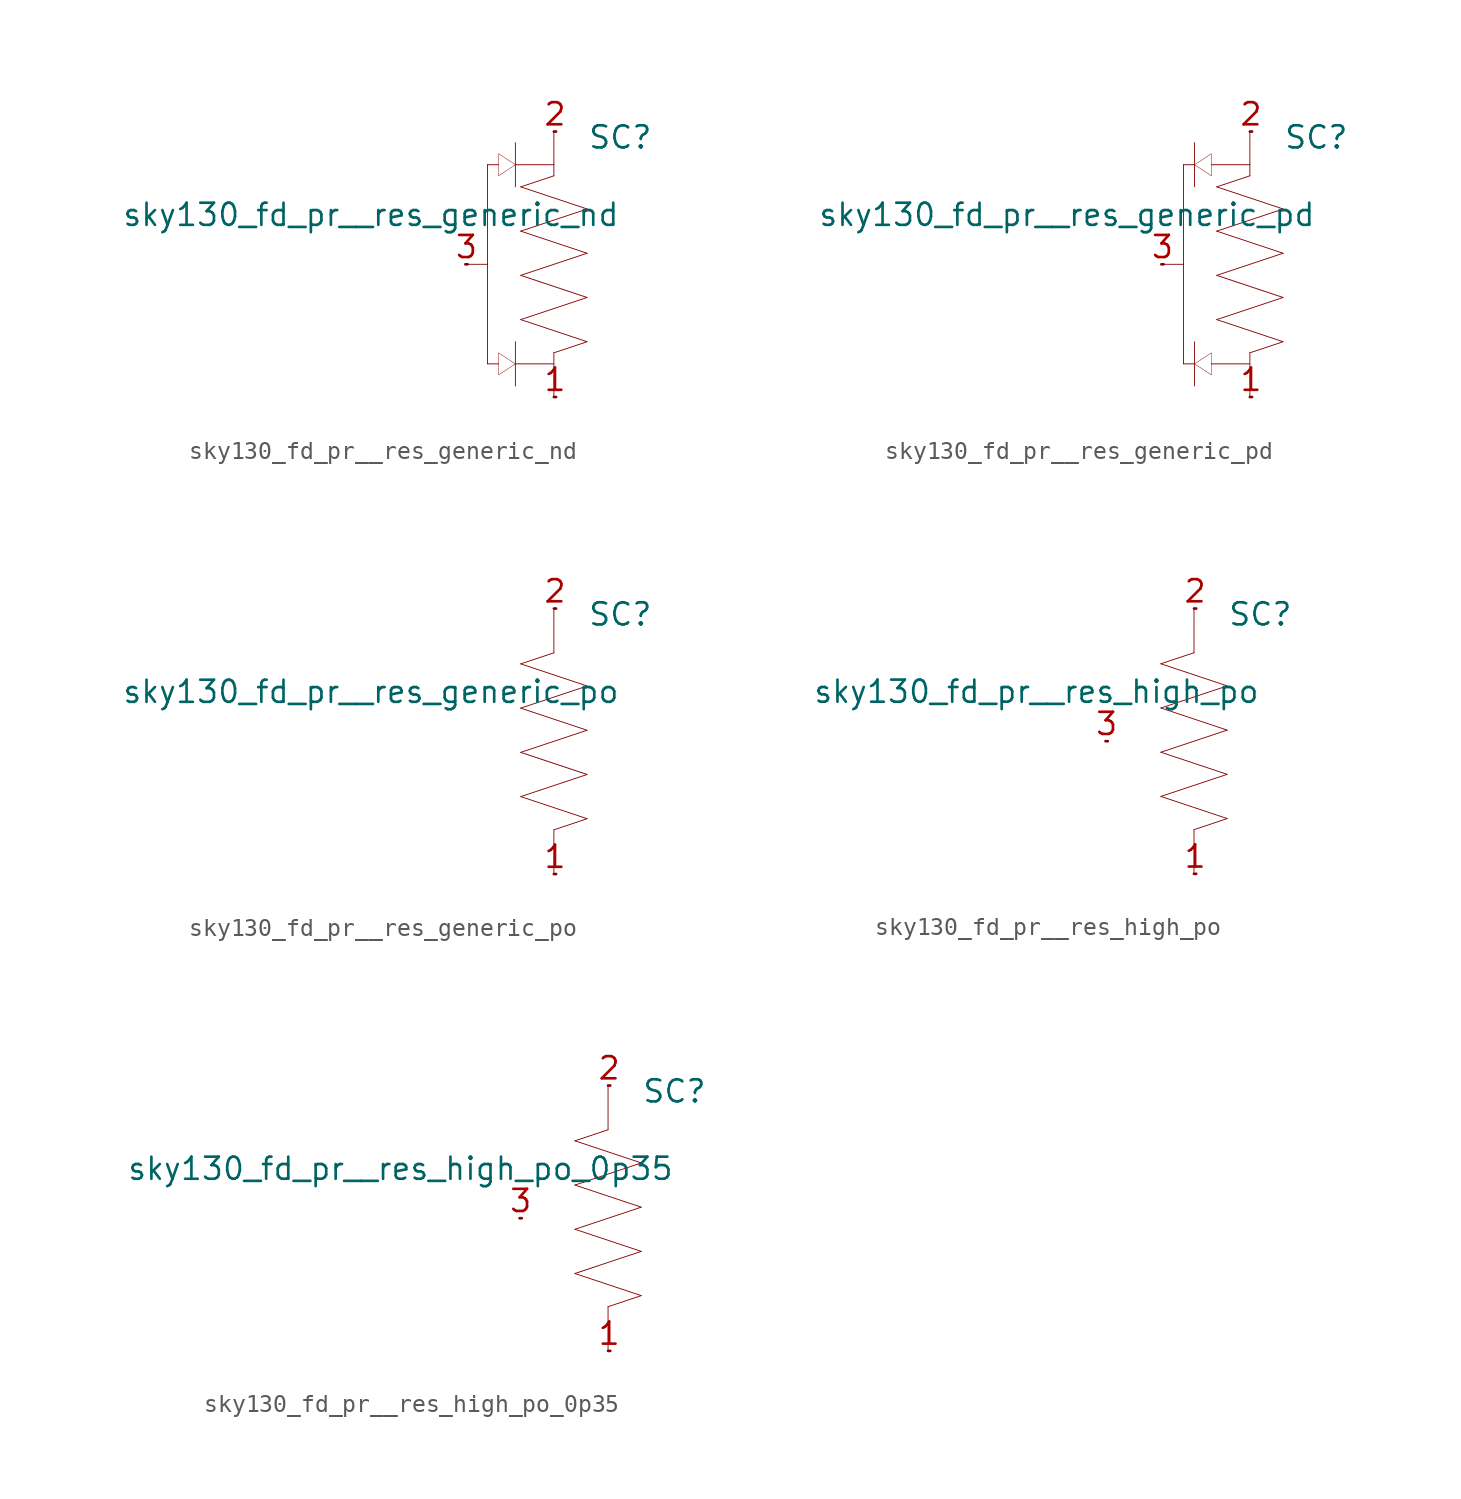
<source format=kicad_sym>
(kicad_symbol_lib
  (version 20211014)
  (generator kicad_symbol_editor)
  (symbol "sky130_fd_pr__res_generic_nd"
    (pin_names hide)
    (property "Reference" "SC"
      (at 3.81 7.29 0)
      (effects (font (size 1.27 1.27))))
    (property "Value" "sky130_fd_pr__res_generic_nd"
      (at 3.81 2.845 0)
      (effects (font (size 1.27 1.27)) (justify right)))
    (symbol "sky130_fd_pr__res_generic_nd_0_0"
      (polyline (pts (xy -5.08 0) (xy -3.81 0)) (stroke (width 0.051) (type default) (color 0 0 0 0)) (fill (type none)))
      (polyline (pts (xy -3.81 -5.715) (xy -3.175 -5.715)) (stroke (width 0.051) (type default) (color 0 0 0 0)) (fill (type none)))
      (polyline (pts (xy -3.81 5.715) (xy -3.81 -5.715)) (stroke (width 0.051) (type default) (color 0 0 0 0)) (fill (type none)))
      (polyline (pts (xy -3.81 5.715) (xy -3.175 5.715)) (stroke (width 0.051) (type default) (color 0 0 0 0)) (fill (type none)))
      (polyline (pts (xy -2.21 -5.715) (xy 0 -5.715)) (stroke (width 0.051) (type default) (color 0 0 0 0)) (fill (type none)))
      (polyline (pts (xy -2.21 -4.445) (xy -2.21 -6.985)) (stroke (width 0.051) (type default) (color 0 0 0 0)) (fill (type none)))
      (polyline (pts (xy -2.21 5.715) (xy 0 5.715)) (stroke (width 0.051) (type default) (color 0 0 0 0)) (fill (type none)))
      (polyline (pts (xy -2.21 6.985) (xy -2.21 4.445)) (stroke (width 0.051) (type default) (color 0 0 0 0)) (fill (type none)))
      (polyline (pts (xy -1.905 -3.175) (xy 1.905 -4.445)) (stroke (width 0.051) (type default) (color 0 0 0 0)) (fill (type none)))
      (polyline (pts (xy -1.905 -3.175) (xy 1.905 -1.905)) (stroke (width 0.051) (type default) (color 0 0 0 0)) (fill (type none)))
      (polyline (pts (xy -1.905 -0.635) (xy 1.905 -1.905)) (stroke (width 0.051) (type default) (color 0 0 0 0)) (fill (type none)))
      (polyline (pts (xy -1.905 -0.635) (xy 1.905 0.635)) (stroke (width 0.051) (type default) (color 0 0 0 0)) (fill (type none)))
      (polyline (pts (xy -1.905 1.905) (xy 1.905 0.635)) (stroke (width 0.051) (type default) (color 0 0 0 0)) (fill (type none)))
      (polyline (pts (xy -1.905 1.905) (xy 1.905 3.175)) (stroke (width 0.051) (type default) (color 0 0 0 0)) (fill (type none)))
      (polyline (pts (xy -1.905 4.445) (xy 0 5.08)) (stroke (width 0.051) (type default) (color 0 0 0 0)) (fill (type none)))
      (polyline (pts (xy -1.905 4.445) (xy 1.905 3.175)) (stroke (width 0.051) (type default) (color 0 0 0 0)) (fill (type none)))
      (polyline (pts (xy 0 -5.08) (xy 0 -7.62)) (stroke (width 0.051) (type default) (color 0 0 0 0)) (fill (type none)))
      (polyline (pts (xy 0 -5.08) (xy 1.905 -4.445)) (stroke (width 0.051) (type default) (color 0 0 0 0)) (fill (type none)))
      (polyline (pts (xy 0 7.62) (xy 0 5.08)) (stroke (width 0.051) (type default) (color 0 0 0 0)) (fill (type none)))
      (polyline (pts (xy -3.175 -5.08) (xy -3.175 -6.35) (xy -2.21 -5.715) (xy -3.175 -5.08)) (stroke (width 0.025) (type default) (color 0 0 0 0)) (fill (type none)))
      (polyline (pts (xy -3.175 6.35) (xy -3.175 5.08) (xy -2.21 5.715) (xy -3.175 6.35)) (stroke (width 0.025) (type default) (color 0 0 0 0)) (fill (type none))))
    (symbol "sky130_fd_pr__res_generic_nd_1_1"
      (pin bidirectional line (at 0 -7.62 0) (length 0.127) (name "M" (effects (font (size 1.092 1.092)))) (number "1" (effects (font (size 1.27 1.27)))))
      (pin bidirectional line (at 0 7.62 0) (length 0.127) (name "P" (effects (font (size 1.092 1.092)))) (number "2" (effects (font (size 1.27 1.27)))))
      (pin bidirectional line (at -5.08 0 0) (length 0.127) (name "B" (effects (font (size 1.092 1.092)))) (number "3" (effects (font (size 1.27 1.27)))))))
  (symbol "sky130_fd_pr__res_generic_pd"
    (pin_names hide)
    (property "Reference" "SC"
      (at 3.81 7.29 0)
      (effects (font (size 1.27 1.27))))
    (property "Value" "sky130_fd_pr__res_generic_pd"
      (at 3.81 2.845 0)
      (effects (font (size 1.27 1.27)) (justify right)))
    (symbol "sky130_fd_pr__res_generic_pd_0_0"
      (polyline (pts (xy -5.08 0) (xy -3.81 0)) (stroke (width 0.051) (type default) (color 0 0 0 0)) (fill (type none)))
      (polyline (pts (xy -3.81 -5.715) (xy -3.175 -5.715)) (stroke (width 0.051) (type default) (color 0 0 0 0)) (fill (type none)))
      (polyline (pts (xy -3.81 5.715) (xy -3.81 -5.715)) (stroke (width 0.051) (type default) (color 0 0 0 0)) (fill (type none)))
      (polyline (pts (xy -3.81 5.715) (xy -3.175 5.715)) (stroke (width 0.051) (type default) (color 0 0 0 0)) (fill (type none)))
      (polyline (pts (xy -3.175 -4.445) (xy -3.175 -6.985)) (stroke (width 0.051) (type default) (color 0 0 0 0)) (fill (type none)))
      (polyline (pts (xy -3.175 6.985) (xy -3.175 4.445)) (stroke (width 0.051) (type default) (color 0 0 0 0)) (fill (type none)))
      (polyline (pts (xy -2.21 -5.715) (xy 0 -5.715)) (stroke (width 0.051) (type default) (color 0 0 0 0)) (fill (type none)))
      (polyline (pts (xy -2.21 5.715) (xy 0 5.715)) (stroke (width 0.051) (type default) (color 0 0 0 0)) (fill (type none)))
      (polyline (pts (xy -1.905 -3.175) (xy 1.905 -4.445)) (stroke (width 0.051) (type default) (color 0 0 0 0)) (fill (type none)))
      (polyline (pts (xy -1.905 -3.175) (xy 1.905 -1.905)) (stroke (width 0.051) (type default) (color 0 0 0 0)) (fill (type none)))
      (polyline (pts (xy -1.905 -0.635) (xy 1.905 -1.905)) (stroke (width 0.051) (type default) (color 0 0 0 0)) (fill (type none)))
      (polyline (pts (xy -1.905 -0.635) (xy 1.905 0.635)) (stroke (width 0.051) (type default) (color 0 0 0 0)) (fill (type none)))
      (polyline (pts (xy -1.905 1.905) (xy 1.905 0.635)) (stroke (width 0.051) (type default) (color 0 0 0 0)) (fill (type none)))
      (polyline (pts (xy -1.905 1.905) (xy 1.905 3.175)) (stroke (width 0.051) (type default) (color 0 0 0 0)) (fill (type none)))
      (polyline (pts (xy -1.905 4.445) (xy 0 5.08)) (stroke (width 0.051) (type default) (color 0 0 0 0)) (fill (type none)))
      (polyline (pts (xy -1.905 4.445) (xy 1.905 3.175)) (stroke (width 0.051) (type default) (color 0 0 0 0)) (fill (type none)))
      (polyline (pts (xy 0 -5.08) (xy 0 -7.62)) (stroke (width 0.051) (type default) (color 0 0 0 0)) (fill (type none)))
      (polyline (pts (xy 0 -5.08) (xy 1.905 -4.445)) (stroke (width 0.051) (type default) (color 0 0 0 0)) (fill (type none)))
      (polyline (pts (xy 0 7.62) (xy 0 5.08)) (stroke (width 0.051) (type default) (color 0 0 0 0)) (fill (type none)))
      (polyline (pts (xy -2.21 -5.08) (xy -2.21 -6.35) (xy -3.175 -5.715) (xy -2.21 -5.08)) (stroke (width 0.025) (type default) (color 0 0 0 0)) (fill (type none)))
      (polyline (pts (xy -2.21 6.35) (xy -2.21 5.08) (xy -3.175 5.715) (xy -2.21 6.35)) (stroke (width 0.025) (type default) (color 0 0 0 0)) (fill (type none))))
    (symbol "sky130_fd_pr__res_generic_pd_1_1"
      (pin bidirectional line (at 0 -7.62 0) (length 0.127) (name "M" (effects (font (size 1.092 1.092)))) (number "1" (effects (font (size 1.27 1.27)))))
      (pin bidirectional line (at 0 7.62 0) (length 0.127) (name "P" (effects (font (size 1.092 1.092)))) (number "2" (effects (font (size 1.27 1.27)))))
      (pin bidirectional line (at -5.08 0 0) (length 0.127) (name "B" (effects (font (size 1.092 1.092)))) (number "3" (effects (font (size 1.27 1.27)))))))
  (symbol "sky130_fd_pr__res_generic_po"
    (pin_names hide)
    (property "Reference" "SC"
      (at 3.81 7.29 0)
      (effects (font (size 1.27 1.27))))
    (property "Value" "sky130_fd_pr__res_generic_po"
      (at 3.81 2.845 0)
      (effects (font (size 1.27 1.27)) (justify right)))
    (symbol "sky130_fd_pr__res_generic_po_0_0"
      (polyline (pts (xy -1.905 -3.175) (xy 1.905 -4.445)) (stroke (width 0.051) (type default) (color 0 0 0 0)) (fill (type none)))
      (polyline (pts (xy -1.905 -3.175) (xy 1.905 -1.905)) (stroke (width 0.051) (type default) (color 0 0 0 0)) (fill (type none)))
      (polyline (pts (xy -1.905 -0.635) (xy 1.905 -1.905)) (stroke (width 0.051) (type default) (color 0 0 0 0)) (fill (type none)))
      (polyline (pts (xy -1.905 -0.635) (xy 1.905 0.635)) (stroke (width 0.051) (type default) (color 0 0 0 0)) (fill (type none)))
      (polyline (pts (xy -1.905 1.905) (xy 1.905 0.635)) (stroke (width 0.051) (type default) (color 0 0 0 0)) (fill (type none)))
      (polyline (pts (xy -1.905 1.905) (xy 1.905 3.175)) (stroke (width 0.051) (type default) (color 0 0 0 0)) (fill (type none)))
      (polyline (pts (xy -1.905 4.445) (xy 0 5.08)) (stroke (width 0.051) (type default) (color 0 0 0 0)) (fill (type none)))
      (polyline (pts (xy -1.905 4.445) (xy 1.905 3.175)) (stroke (width 0.051) (type default) (color 0 0 0 0)) (fill (type none)))
      (polyline (pts (xy 0 -5.08) (xy 0 -7.62)) (stroke (width 0.051) (type default) (color 0 0 0 0)) (fill (type none)))
      (polyline (pts (xy 0 -5.08) (xy 1.905 -4.445)) (stroke (width 0.051) (type default) (color 0 0 0 0)) (fill (type none)))
      (polyline (pts (xy 0 7.62) (xy 0 5.08)) (stroke (width 0.051) (type default) (color 0 0 0 0)) (fill (type none))))
    (symbol "sky130_fd_pr__res_generic_po_1_1"
      (pin bidirectional line (at 0 -7.62 0) (length 0.127) (name "M" (effects (font (size 1.092 1.092)))) (number "1" (effects (font (size 1.27 1.27)))))
      (pin bidirectional line (at 0 7.62 0) (length 0.127) (name "P" (effects (font (size 1.092 1.092)))) (number "2" (effects (font (size 1.27 1.27)))))))
  (symbol "sky130_fd_pr__res_high_po"
    (pin_names hide)
    (property "Reference" "SC"
      (at 3.81 7.29 0)
      (effects (font (size 1.27 1.27))))
    (property "Value" "sky130_fd_pr__res_high_po"
      (at 3.81 2.845 0)
      (effects (font (size 1.27 1.27)) (justify right)))
    (symbol "sky130_fd_pr__res_high_po_0_0"
      (polyline (pts (xy -1.905 -3.175) (xy 1.905 -4.445)) (stroke (width 0.051) (type default) (color 0 0 0 0)) (fill (type none)))
      (polyline (pts (xy -1.905 -3.175) (xy 1.905 -1.905)) (stroke (width 0.051) (type default) (color 0 0 0 0)) (fill (type none)))
      (polyline (pts (xy -1.905 -0.635) (xy 1.905 -1.905)) (stroke (width 0.051) (type default) (color 0 0 0 0)) (fill (type none)))
      (polyline (pts (xy -1.905 -0.635) (xy 1.905 0.635)) (stroke (width 0.051) (type default) (color 0 0 0 0)) (fill (type none)))
      (polyline (pts (xy -1.905 1.905) (xy 1.905 0.635)) (stroke (width 0.051) (type default) (color 0 0 0 0)) (fill (type none)))
      (polyline (pts (xy -1.905 1.905) (xy 1.905 3.175)) (stroke (width 0.051) (type default) (color 0 0 0 0)) (fill (type none)))
      (polyline (pts (xy -1.905 4.445) (xy 0 5.08)) (stroke (width 0.051) (type default) (color 0 0 0 0)) (fill (type none)))
      (polyline (pts (xy -1.905 4.445) (xy 1.905 3.175)) (stroke (width 0.051) (type default) (color 0 0 0 0)) (fill (type none)))
      (polyline (pts (xy 0 -5.08) (xy 0 -7.62)) (stroke (width 0.051) (type default) (color 0 0 0 0)) (fill (type none)))
      (polyline (pts (xy 0 -5.08) (xy 1.905 -4.445)) (stroke (width 0.051) (type default) (color 0 0 0 0)) (fill (type none)))
      (polyline (pts (xy 0 7.62) (xy 0 5.08)) (stroke (width 0.051) (type default) (color 0 0 0 0)) (fill (type none))))
    (symbol "sky130_fd_pr__res_high_po_1_1"
      (pin bidirectional line (at 0 -7.62 0) (length 0.127) (name "M" (effects (font (size 1.092 1.092)))) (number "1" (effects (font (size 1.27 1.27)))))
      (pin bidirectional line (at 0 7.62 0) (length 0.127) (name "P" (effects (font (size 1.092 1.092)))) (number "2" (effects (font (size 1.27 1.27)))))
      (pin bidirectional line (at -5.08 0 0) (length 0.127) (name "B" (effects (font (size 1.092 1.092)))) (number "3" (effects (font (size 1.27 1.27)))))))
  (symbol "sky130_fd_pr__res_high_po_0p35"
    (pin_names hide)
    (property "Reference" "SC"
      (at 3.81 7.29 0)
      (effects (font (size 1.27 1.27))))
    (property "Value" "sky130_fd_pr__res_high_po_0p35"
      (at 3.81 2.845 0)
      (effects (font (size 1.27 1.27)) (justify right)))
    (symbol "sky130_fd_pr__res_high_po_0p35_0_0"
      (polyline (pts (xy -1.905 -3.175) (xy 1.905 -4.445)) (stroke (width 0.051) (type default) (color 0 0 0 0)) (fill (type none)))
      (polyline (pts (xy -1.905 -3.175) (xy 1.905 -1.905)) (stroke (width 0.051) (type default) (color 0 0 0 0)) (fill (type none)))
      (polyline (pts (xy -1.905 -0.635) (xy 1.905 -1.905)) (stroke (width 0.051) (type default) (color 0 0 0 0)) (fill (type none)))
      (polyline (pts (xy -1.905 -0.635) (xy 1.905 0.635)) (stroke (width 0.051) (type default) (color 0 0 0 0)) (fill (type none)))
      (polyline (pts (xy -1.905 1.905) (xy 1.905 0.635)) (stroke (width 0.051) (type default) (color 0 0 0 0)) (fill (type none)))
      (polyline (pts (xy -1.905 1.905) (xy 1.905 3.175)) (stroke (width 0.051) (type default) (color 0 0 0 0)) (fill (type none)))
      (polyline (pts (xy -1.905 4.445) (xy 0 5.08)) (stroke (width 0.051) (type default) (color 0 0 0 0)) (fill (type none)))
      (polyline (pts (xy -1.905 4.445) (xy 1.905 3.175)) (stroke (width 0.051) (type default) (color 0 0 0 0)) (fill (type none)))
      (polyline (pts (xy 0 -5.08) (xy 0 -7.62)) (stroke (width 0.051) (type default) (color 0 0 0 0)) (fill (type none)))
      (polyline (pts (xy 0 -5.08) (xy 1.905 -4.445)) (stroke (width 0.051) (type default) (color 0 0 0 0)) (fill (type none)))
      (polyline (pts (xy 0 7.62) (xy 0 5.08)) (stroke (width 0.051) (type default) (color 0 0 0 0)) (fill (type none))))
    (symbol "sky130_fd_pr__res_high_po_0p35_1_1"
      (pin bidirectional line (at 0 -7.62 0) (length 0.127) (name "M" (effects (font (size 1.092 1.092)))) (number "1" (effects (font (size 1.27 1.27)))))
      (pin bidirectional line (at 0 7.62 0) (length 0.127) (name "P" (effects (font (size 1.092 1.092)))) (number "2" (effects (font (size 1.27 1.27)))))
      (pin bidirectional line (at -5.08 0 0) (length 0.127) (name "B" (effects (font (size 1.092 1.092)))) (number "3" (effects (font (size 1.27 1.27))))))))
</source>
